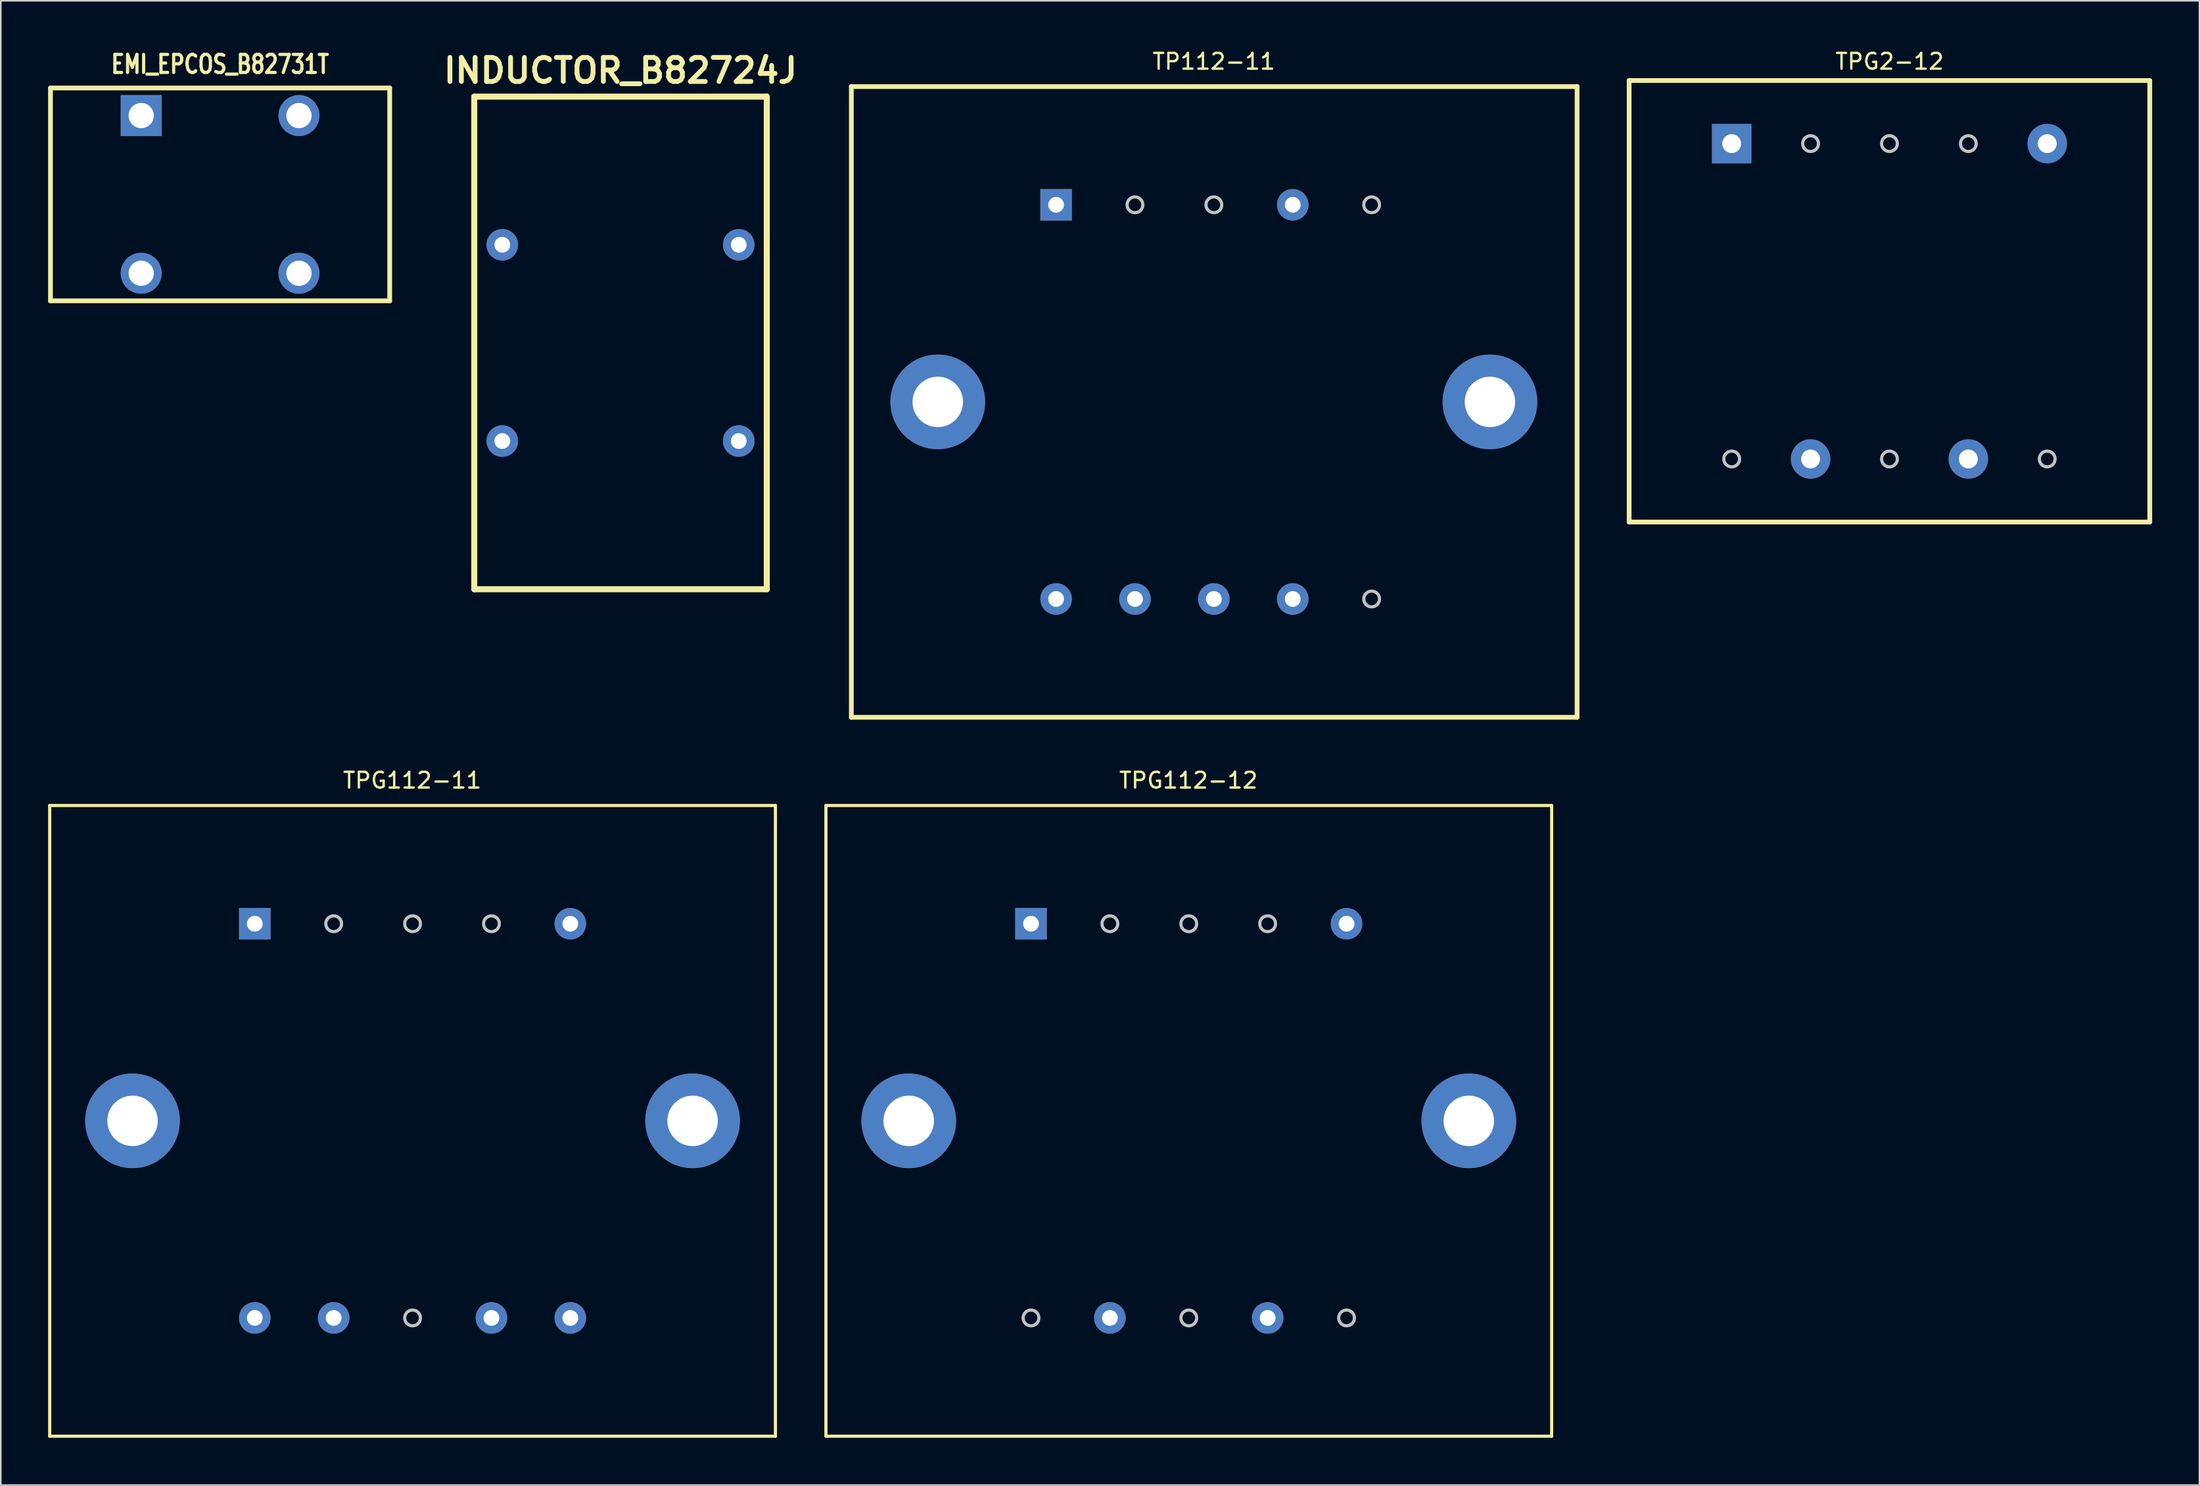
<source format=kicad_pcb>
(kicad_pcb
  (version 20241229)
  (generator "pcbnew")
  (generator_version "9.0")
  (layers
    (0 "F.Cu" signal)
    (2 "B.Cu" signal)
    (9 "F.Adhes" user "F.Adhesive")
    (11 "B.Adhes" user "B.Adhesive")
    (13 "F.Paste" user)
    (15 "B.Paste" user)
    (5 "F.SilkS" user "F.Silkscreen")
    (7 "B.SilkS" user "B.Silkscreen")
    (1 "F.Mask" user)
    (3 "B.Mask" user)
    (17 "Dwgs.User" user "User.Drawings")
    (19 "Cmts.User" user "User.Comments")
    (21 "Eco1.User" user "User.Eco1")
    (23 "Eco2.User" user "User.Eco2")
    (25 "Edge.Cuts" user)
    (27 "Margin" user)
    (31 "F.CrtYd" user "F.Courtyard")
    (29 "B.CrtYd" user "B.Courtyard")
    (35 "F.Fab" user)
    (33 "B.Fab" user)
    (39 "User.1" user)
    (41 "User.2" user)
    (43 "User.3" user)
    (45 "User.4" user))
  (footprint "EMI_EPCOS_B82731T"
    (layer "F.Cu")
    (at 10.9 9.28)
    (property "Reference" "EMI_EPCOS_B82731T" (at 0 -8.255 0) (layer "F.SilkS") (effects (font (size 1.143 0.889) (thickness 0.203))))
    (attr through_hole)
    (fp_line (start -10.75 -6.75) (end 10.75 -6.75) (stroke (width 0.3) (type solid)) (layer "F.SilkS"))
    (fp_line (start -10.75 6.75) (end -10.75 -6.75) (stroke (width 0.3) (type solid)) (layer "F.SilkS"))
    (fp_line (start -10.75 6.75) (end 10.75 6.75) (stroke (width 0.3) (type solid)) (layer "F.SilkS"))
    (fp_line (start 10.75 6.75) (end 10.75 -6.75) (stroke (width 0.3) (type solid)) (layer "F.SilkS"))
    (pad "1" thru_hole rect (at -5 -5) (size 2.6 2.6) (drill 1.6) (layers "*.Cu" "*.Mask"))
    (pad "2" thru_hole circle (at -5 5) (size 2.6 2.6) (drill 1.6) (layers "*.Cu" "*.Mask"))
    (pad "3" thru_hole circle (at 5 5) (size 2.6 2.6) (drill 1.6) (layers "*.Cu" "*.Mask"))
    (pad "4" thru_hole circle (at 5 -5) (size 2.6 2.6) (drill 1.6) (layers "*.Cu" "*.Mask")))
  (footprint "TPG112-12"
    (layer "F.Cu")
    (at 72.278 68.03)
    (property "Reference" "TPG112-12" (at 0 -21.59 0) (layer "F.SilkS") (effects (font (size 1 1) (thickness 0.15))))
    (attr through_hole)
    (fp_line (start -22.978 -19.997) (end -22.978 20.003) (stroke (width 0.2) (type solid)) (layer "F.SilkS"))
    (fp_line (start -22.978 20.003) (end 23.022 20.003) (stroke (width 0.2) (type solid)) (layer "F.SilkS"))
    (fp_line (start 23.022 -19.997) (end -22.978 -19.997) (stroke (width 0.2) (type solid)) (layer "F.SilkS"))
    (fp_line (start 23.022 20.003) (end 23.022 -19.997) (stroke (width 0.2) (type solid)) (layer "F.SilkS"))
    (fp_circle (center -9.978 12.503) (end -9.478 12.503) (stroke (width 0.2) (type solid)) (fill no) (layer "Dwgs.User"))
    (fp_circle (center -4.978 -12.497) (end -4.478 -12.497) (stroke (width 0.2) (type solid)) (fill no) (layer "Dwgs.User"))
    (fp_circle (center 0.022 -12.497) (end 0.522 -12.497) (stroke (width 0.2) (type solid)) (fill no) (layer "Dwgs.User"))
    (fp_circle (center 0.022 12.503) (end 0.522 12.503) (stroke (width 0.2) (type solid)) (fill no) (layer "Dwgs.User"))
    (fp_circle (center 5.022 -12.497) (end 5.522 -12.497) (stroke (width 0.2) (type solid)) (fill no) (layer "Dwgs.User"))
    (fp_circle (center 10.022 12.503) (end 10.522 12.503) (stroke (width 0.2) (type solid)) (fill no) (layer "Dwgs.User"))
    (pad "1" thru_hole rect (at -9.978 -12.497) (size 2 2) (drill 1) (layers "*.Cu" "*.Mask"))
    (pad "5" thru_hole circle (at 10.022 -12.497) (size 2 2) (drill 1) (layers "*.Cu" "*.Mask"))
    (pad "7" thru_hole circle (at 5.022 12.503) (size 2 2) (drill 1) (layers "*.Cu" "*.Mask"))
    (pad "9" thru_hole circle (at -4.978 12.503) (size 2 2) (drill 1) (layers "*.Cu" "*.Mask"))
    (pad "~" thru_hole circle (at -17.728 0.003) (size 6 6) (drill 3.2) (layers "*.Cu" "*.Mask"))
    (pad "~" thru_hole circle (at 17.772 0.003) (size 6 6) (drill 3.2) (layers "*.Cu" "*.Mask")))
  (footprint "TP112-11"
    (layer "F.Cu")
    (at 73.89 22.438)
    (property "Reference" "TP112-11" (at 0 -21.59 0) (layer "F.SilkS") (effects (font (size 1 1) (thickness 0.15))))
    (attr through_hole)
    (fp_line (start -22.978 -19.997) (end -22.978 20.003) (stroke (width 0.3) (type solid)) (layer "F.SilkS"))
    (fp_line (start -22.978 20.003) (end 23.022 20.003) (stroke (width 0.3) (type solid)) (layer "F.SilkS"))
    (fp_line (start 23.022 -19.997) (end -22.978 -19.997) (stroke (width 0.3) (type solid)) (layer "F.SilkS"))
    (fp_line (start 23.022 -19.997) (end 23.022 -19.997) (stroke (width 0.3) (type solid)) (layer "F.SilkS"))
    (fp_line (start 23.022 20.003) (end 23.022 -19.997) (stroke (width 0.3) (type solid)) (layer "F.SilkS"))
    (fp_circle (center -5 -12.5) (end -4.5 -12.5) (stroke (width 0.2) (type solid)) (fill no) (layer "Dwgs.User"))
    (fp_circle (center 0 -12.5) (end 0.5 -12.5) (stroke (width 0.2) (type solid)) (fill no) (layer "Dwgs.User"))
    (fp_circle (center 10 -12.5) (end 10.5 -12.5) (stroke (width 0.2) (type solid)) (fill no) (layer "Dwgs.User"))
    (fp_circle (center 10 12.5) (end 10.5 12.5) (stroke (width 0.2) (type solid)) (fill no) (layer "Dwgs.User"))
    (pad "1" thru_hole rect (at -10 -12.5) (size 2 2) (drill 1) (layers "*.Cu" "*.Mask"))
    (pad "4" thru_hole circle (at 5 -12.5) (size 2 2) (drill 1) (layers "*.Cu" "*.Mask"))
    (pad "7" thru_hole circle (at 5 12.5) (size 2 2) (drill 1) (layers "*.Cu" "*.Mask"))
    (pad "8" thru_hole circle (at 0 12.5) (size 2 2) (drill 1) (layers "*.Cu" "*.Mask"))
    (pad "9" thru_hole circle (at -5 12.5) (size 2 2) (drill 1) (layers "*.Cu" "*.Mask"))
    (pad "10" thru_hole circle (at -10 12.5) (size 2 2) (drill 1) (layers "*.Cu" "*.Mask"))
    (pad "~" thru_hole circle (at -17.5 0) (size 6 6) (drill 3.2) (layers "*.Cu" "*.Mask"))
    (pad "~" thru_hole circle (at 17.5 0) (size 6 6) (drill 3.2) (layers "*.Cu" "*.Mask")))
  (footprint "TPG2-12"
    (layer "F.Cu")
    (at 116.722 16.088)
    (property "Reference" "TPG2-12" (at 0 -15.24 0) (layer "F.SilkS") (effects (font (size 1 1) (thickness 0.15))))
    (attr through_hole)
    (fp_line (start -16.51 -14.03) (end -16.51 13.97) (stroke (width 0.3) (type solid)) (layer "F.SilkS"))
    (fp_line (start -16.51 13.97) (end 16.49 13.97) (stroke (width 0.3) (type solid)) (layer "F.SilkS"))
    (fp_line (start 16.49 -14.03) (end -16.51 -14.03) (stroke (width 0.3) (type solid)) (layer "F.SilkS"))
    (fp_line (start 16.49 13.97) (end 16.49 -14.03) (stroke (width 0.3) (type solid)) (layer "F.SilkS"))
    (fp_circle (center -10.01 9.97) (end -9.51 9.97) (stroke (width 0.2) (type solid)) (fill no) (layer "Dwgs.User"))
    (fp_circle (center -5.01 -10.03) (end -4.51 -10.03) (stroke (width 0.2) (type solid)) (fill no) (layer "Dwgs.User"))
    (fp_circle (center -0.01 -10.03) (end 0.49 -10.03) (stroke (width 0.2) (type solid)) (fill no) (layer "Dwgs.User"))
    (fp_circle (center -0.01 9.97) (end 0.49 9.97) (stroke (width 0.2) (type solid)) (fill no) (layer "Dwgs.User"))
    (fp_circle (center 4.99 -10.03) (end 5.49 -10.03) (stroke (width 0.2) (type solid)) (fill no) (layer "Dwgs.User"))
    (fp_circle (center 9.99 9.97) (end 10.49 9.97) (stroke (width 0.2) (type solid)) (fill no) (layer "Dwgs.User"))
    (pad "1" thru_hole rect (at -10.01 -10.03) (size 2.5 2.5) (drill 1.2) (layers "*.Cu" "*.Mask"))
    (pad "5" thru_hole circle (at 9.99 -10.03) (size 2.5 2.5) (drill 1.2) (layers "*.Cu" "*.Mask"))
    (pad "7" thru_hole circle (at 4.99 9.97) (size 2.5 2.5) (drill 1.2) (layers "*.Cu" "*.Mask"))
    (pad "9" thru_hole circle (at -5.01 9.97) (size 2.5 2.5) (drill 1.2) (layers "*.Cu" "*.Mask")))
  (footprint "INDUCTOR_B82724J"
    (layer "F.Cu")
    (at 36.281 24.921)
    (property "Reference" "INDUCTOR_B82724J" (at 0 -23.495 0) (layer "F.SilkS") (effects (font (size 1.524 1.524) (thickness 0.305))))
    (attr through_hole)
    (fp_line (start -9.271 9.398) (end -9.271 -21.844) (stroke (width 0.381) (type solid)) (layer "F.SilkS"))
    (fp_line (start 9.271 -21.844) (end -9.271 -21.844) (stroke (width 0.381) (type solid)) (layer "F.SilkS"))
    (fp_line (start 9.271 9.398) (end -9.271 9.398) (stroke (width 0.381) (type solid)) (layer "F.SilkS"))
    (fp_line (start 9.271 9.398) (end 9.271 -21.844) (stroke (width 0.381) (type solid)) (layer "F.SilkS"))
    (pad "1" thru_hole circle (at -7.493 0) (size 2 2) (drill 1) (layers "*.Cu" "*.Mask"))
    (pad "2" thru_hole circle (at -7.493 -12.446) (size 2 2) (drill 1) (layers "*.Cu" "*.Mask"))
    (pad "3" thru_hole circle (at 7.493 -12.446) (size 2 2) (drill 1) (layers "*.Cu" "*.Mask"))
    (pad "4" thru_hole circle (at 7.493 0) (size 2 2) (drill 1) (layers "*.Cu" "*.Mask")))
  (footprint "TPG112-11"
    (layer "F.Cu")
    (at 23.078 68.03)
    (property "Reference" "TPG112-11" (at 0 -21.59 0) (layer "F.SilkS") (effects (font (size 1 1) (thickness 0.15))))
    (attr through_hole)
    (fp_line (start -22.978 -19.997) (end -22.978 20.003) (stroke (width 0.2) (type solid)) (layer "F.SilkS"))
    (fp_line (start -22.978 20.003) (end 23.022 20.003) (stroke (width 0.2) (type solid)) (layer "F.SilkS"))
    (fp_line (start 23.022 -19.997) (end -22.978 -19.997) (stroke (width 0.2) (type solid)) (layer "F.SilkS"))
    (fp_line (start 23.022 20.003) (end 23.022 -19.997) (stroke (width 0.2) (type solid)) (layer "F.SilkS"))
    (fp_circle (center -4.978 -12.497) (end -4.478 -12.497) (stroke (width 0.2) (type solid)) (fill no) (layer "Dwgs.User"))
    (fp_circle (center 0.022 -12.497) (end 0.522 -12.497) (stroke (width 0.2) (type solid)) (fill no) (layer "Dwgs.User"))
    (fp_circle (center 0.022 12.503) (end 0.522 12.503) (stroke (width 0.2) (type solid)) (fill no) (layer "Dwgs.User"))
    (fp_circle (center 5.022 -12.497) (end 5.522 -12.497) (stroke (width 0.2) (type solid)) (fill no) (layer "Dwgs.User"))
    (pad "1" thru_hole rect (at -9.978 -12.497) (size 2 2) (drill 1) (layers "*.Cu" "*.Mask"))
    (pad "5" thru_hole circle (at 10.022 -12.497) (size 2 2) (drill 1) (layers "*.Cu" "*.Mask"))
    (pad "6" thru_hole circle (at 10.022 12.503) (size 2 2) (drill 1) (layers "*.Cu" "*.Mask"))
    (pad "7" thru_hole circle (at 5.022 12.503) (size 2 2) (drill 1) (layers "*.Cu" "*.Mask"))
    (pad "9" thru_hole circle (at -4.978 12.503) (size 2 2) (drill 1) (layers "*.Cu" "*.Mask"))
    (pad "10" thru_hole circle (at -9.978 12.503) (size 2 2) (drill 1) (layers "*.Cu" "*.Mask"))
    (pad "~" thru_hole circle (at -17.728 0.003) (size 6 6) (drill 3.2) (layers "*.Cu" "*.Mask"))
    (pad "~" thru_hole circle (at 17.772 0.003) (size 6 6) (drill 3.2) (layers "*.Cu" "*.Mask")))
  (gr_rect
    (start -3 -3)
    (end 136.362 91.133)
    (stroke (width 0.1) (type default))
    (fill no)
    (layer "Edge.Cuts")))
</source>
